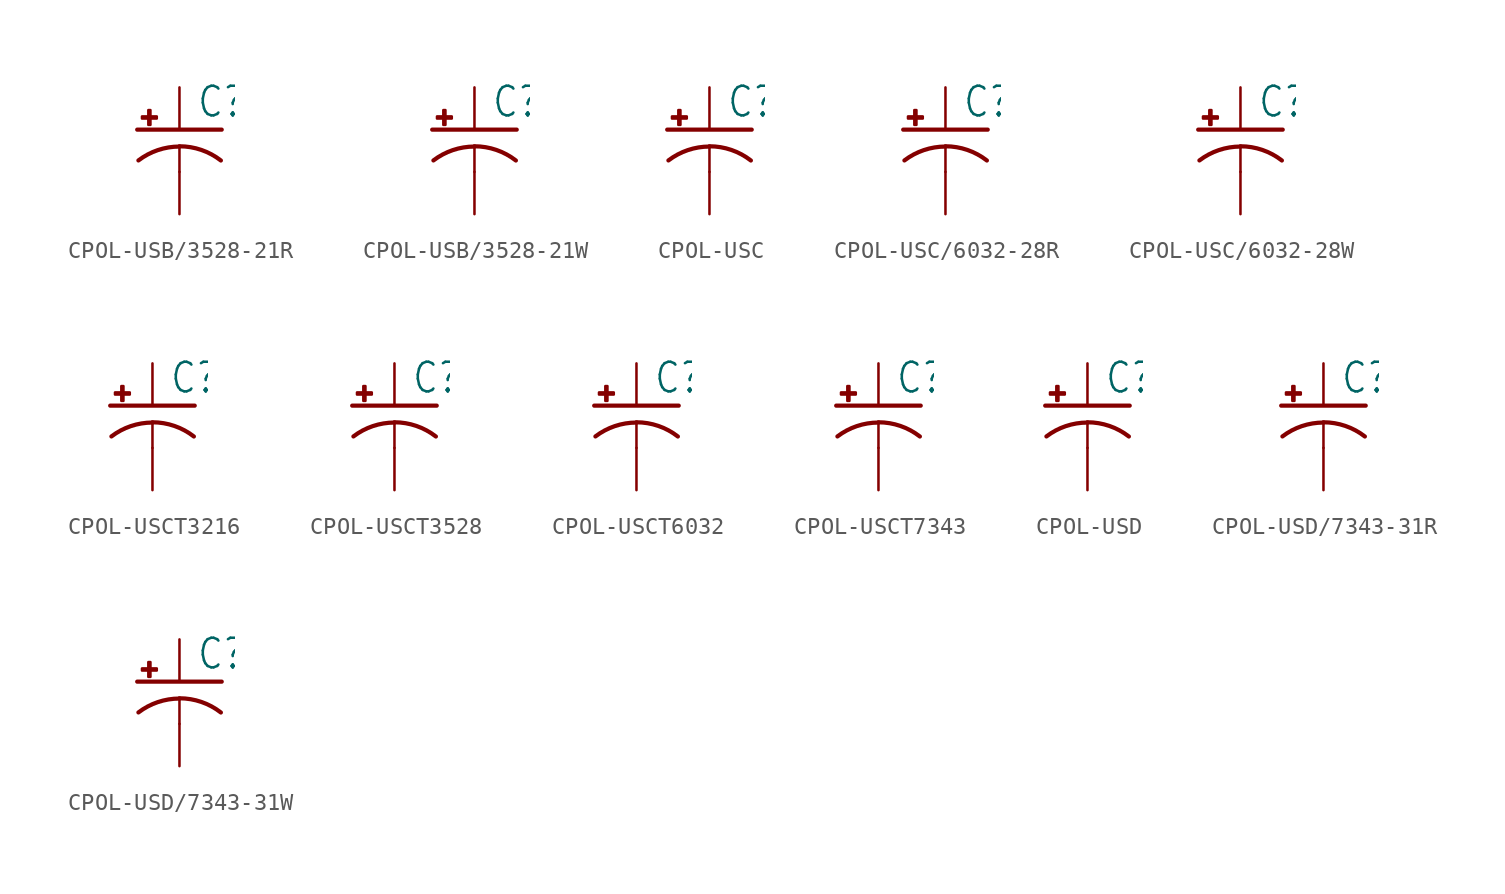
<source format=kicad_sym>
(kicad_symbol_lib
  (version 20231120)
  (generator "kicad_symbol_editor")
  (generator_version "8.0")
  (symbol "CPOL-USB/3528-21R"
    (property "Reference" "C"
      (at 1.016 0.635 0)
      (effects (font (size 1.778 1.511)) (justify left bottom)))
    (property "Value" ""
      (at 1.016 -4.191 0)
      (effects (font (size 1.778 1.511)) (justify left bottom)))
    (property "ki_locked" ""
      (at 0 0 0)
      (effects (font (size 1.27 1.27))))
    (symbol "CPOL-USB/3528-21R_1_0"
      (rectangle (start -2.253 0.668) (end -1.364 0.795) (stroke (width 0) (type default)) (fill (type outline)))
      (rectangle (start -1.872 0.287) (end -1.745 1.176) (stroke (width 0) (type default)) (fill (type outline)))
      (arc (start 0 -1.0161) (mid -1.3021 -1.2303) (end -2.4669 -1.8504) (stroke (width 0.254) (type solid)) (fill (type none)))
      (polyline (pts (xy -2.54 0) (xy 2.54 0)) (stroke (width 0.254) (type solid)) (fill (type none)))
      (polyline (pts (xy 0 -1.016) (xy 0 -2.54)) (stroke (width 0.152) (type solid)) (fill (type none)))
      (arc (start 2.4892 -1.8541) (mid 1.3158 -1.2194) (end 0 -1) (stroke (width 0.254) (type solid)) (fill (type none)))
      (pin passive line (at 0 2.54 270) (length 2.54) (name "+" (effects (font (size 0 0)))) (number "+" (effects (font (size 0 0)))))
      (pin passive line (at 0 -5.08 90) (length 2.54) (name "-" (effects (font (size 0 0)))) (number "-" (effects (font (size 0 0)))))))
  (symbol "CPOL-USB/3528-21W"
    (property "Reference" "C"
      (at 1.016 0.635 0)
      (effects (font (size 1.778 1.511)) (justify left bottom)))
    (property "Value" ""
      (at 1.016 -4.191 0)
      (effects (font (size 1.778 1.511)) (justify left bottom)))
    (property "ki_locked" ""
      (at 0 0 0)
      (effects (font (size 1.27 1.27))))
    (symbol "CPOL-USB/3528-21W_1_0"
      (rectangle (start -2.253 0.668) (end -1.364 0.795) (stroke (width 0) (type default)) (fill (type outline)))
      (rectangle (start -1.872 0.287) (end -1.745 1.176) (stroke (width 0) (type default)) (fill (type outline)))
      (arc (start 0 -1.0161) (mid -1.3021 -1.2303) (end -2.4669 -1.8504) (stroke (width 0.254) (type solid)) (fill (type none)))
      (polyline (pts (xy -2.54 0) (xy 2.54 0)) (stroke (width 0.254) (type solid)) (fill (type none)))
      (polyline (pts (xy 0 -1.016) (xy 0 -2.54)) (stroke (width 0.152) (type solid)) (fill (type none)))
      (arc (start 2.4892 -1.8541) (mid 1.3158 -1.2194) (end 0 -1) (stroke (width 0.254) (type solid)) (fill (type none)))
      (pin passive line (at 0 2.54 270) (length 2.54) (name "+" (effects (font (size 0 0)))) (number "+" (effects (font (size 0 0)))))
      (pin passive line (at 0 -5.08 90) (length 2.54) (name "-" (effects (font (size 0 0)))) (number "-" (effects (font (size 0 0)))))))
  (symbol "CPOL-USC"
    (property "Reference" "C"
      (at 1.016 0.635 0)
      (effects (font (size 1.778 1.511)) (justify left bottom)))
    (property "Value" ""
      (at 1.016 -4.191 0)
      (effects (font (size 1.778 1.511)) (justify left bottom)))
    (property "ki_locked" ""
      (at 0 0 0)
      (effects (font (size 1.27 1.27))))
    (symbol "CPOL-USC_1_0"
      (rectangle (start -2.253 0.668) (end -1.364 0.795) (stroke (width 0) (type default)) (fill (type outline)))
      (rectangle (start -1.872 0.287) (end -1.745 1.176) (stroke (width 0) (type default)) (fill (type outline)))
      (arc (start 0 -1.0161) (mid -1.3021 -1.2303) (end -2.4669 -1.8504) (stroke (width 0.254) (type solid)) (fill (type none)))
      (polyline (pts (xy -2.54 0) (xy 2.54 0)) (stroke (width 0.254) (type solid)) (fill (type none)))
      (polyline (pts (xy 0 -1.016) (xy 0 -2.54)) (stroke (width 0.152) (type solid)) (fill (type none)))
      (arc (start 2.4892 -1.8541) (mid 1.3158 -1.2194) (end 0 -1) (stroke (width 0.254) (type solid)) (fill (type none)))
      (pin passive line (at 0 2.54 270) (length 2.54) (name "+" (effects (font (size 0 0)))) (number "+" (effects (font (size 0 0)))))
      (pin passive line (at 0 -5.08 90) (length 2.54) (name "-" (effects (font (size 0 0)))) (number "-" (effects (font (size 0 0)))))))
  (symbol "CPOL-USC/6032-28R"
    (property "Reference" "C"
      (at 1.016 0.635 0)
      (effects (font (size 1.778 1.511)) (justify left bottom)))
    (property "Value" ""
      (at 1.016 -4.191 0)
      (effects (font (size 1.778 1.511)) (justify left bottom)))
    (property "ki_locked" ""
      (at 0 0 0)
      (effects (font (size 1.27 1.27))))
    (symbol "CPOL-USC/6032-28R_1_0"
      (rectangle (start -2.253 0.668) (end -1.364 0.795) (stroke (width 0) (type default)) (fill (type outline)))
      (rectangle (start -1.872 0.287) (end -1.745 1.176) (stroke (width 0) (type default)) (fill (type outline)))
      (arc (start 0 -1.0161) (mid -1.3021 -1.2303) (end -2.4669 -1.8504) (stroke (width 0.254) (type solid)) (fill (type none)))
      (polyline (pts (xy -2.54 0) (xy 2.54 0)) (stroke (width 0.254) (type solid)) (fill (type none)))
      (polyline (pts (xy 0 -1.016) (xy 0 -2.54)) (stroke (width 0.152) (type solid)) (fill (type none)))
      (arc (start 2.4892 -1.8541) (mid 1.3158 -1.2194) (end 0 -1) (stroke (width 0.254) (type solid)) (fill (type none)))
      (pin passive line (at 0 2.54 270) (length 2.54) (name "+" (effects (font (size 0 0)))) (number "+" (effects (font (size 0 0)))))
      (pin passive line (at 0 -5.08 90) (length 2.54) (name "-" (effects (font (size 0 0)))) (number "-" (effects (font (size 0 0)))))))
  (symbol "CPOL-USC/6032-28W"
    (property "Reference" "C"
      (at 1.016 0.635 0)
      (effects (font (size 1.778 1.511)) (justify left bottom)))
    (property "Value" ""
      (at 1.016 -4.191 0)
      (effects (font (size 1.778 1.511)) (justify left bottom)))
    (property "ki_locked" ""
      (at 0 0 0)
      (effects (font (size 1.27 1.27))))
    (symbol "CPOL-USC/6032-28W_1_0"
      (rectangle (start -2.253 0.668) (end -1.364 0.795) (stroke (width 0) (type default)) (fill (type outline)))
      (rectangle (start -1.872 0.287) (end -1.745 1.176) (stroke (width 0) (type default)) (fill (type outline)))
      (arc (start 0 -1.0161) (mid -1.3021 -1.2303) (end -2.4669 -1.8504) (stroke (width 0.254) (type solid)) (fill (type none)))
      (polyline (pts (xy -2.54 0) (xy 2.54 0)) (stroke (width 0.254) (type solid)) (fill (type none)))
      (polyline (pts (xy 0 -1.016) (xy 0 -2.54)) (stroke (width 0.152) (type solid)) (fill (type none)))
      (arc (start 2.4892 -1.8541) (mid 1.3158 -1.2194) (end 0 -1) (stroke (width 0.254) (type solid)) (fill (type none)))
      (pin passive line (at 0 2.54 270) (length 2.54) (name "+" (effects (font (size 0 0)))) (number "+" (effects (font (size 0 0)))))
      (pin passive line (at 0 -5.08 90) (length 2.54) (name "-" (effects (font (size 0 0)))) (number "-" (effects (font (size 0 0)))))))
  (symbol "CPOL-USCT3216"
    (property "Reference" "C"
      (at 1.016 0.635 0)
      (effects (font (size 1.778 1.511)) (justify left bottom)))
    (property "Value" ""
      (at 1.016 -4.191 0)
      (effects (font (size 1.778 1.511)) (justify left bottom)))
    (property "ki_locked" ""
      (at 0 0 0)
      (effects (font (size 1.27 1.27))))
    (symbol "CPOL-USCT3216_1_0"
      (rectangle (start -2.253 0.668) (end -1.364 0.795) (stroke (width 0) (type default)) (fill (type outline)))
      (rectangle (start -1.872 0.287) (end -1.745 1.176) (stroke (width 0) (type default)) (fill (type outline)))
      (arc (start 0 -1.0161) (mid -1.3021 -1.2303) (end -2.4669 -1.8504) (stroke (width 0.254) (type solid)) (fill (type none)))
      (polyline (pts (xy -2.54 0) (xy 2.54 0)) (stroke (width 0.254) (type solid)) (fill (type none)))
      (polyline (pts (xy 0 -1.016) (xy 0 -2.54)) (stroke (width 0.152) (type solid)) (fill (type none)))
      (arc (start 2.4892 -1.8541) (mid 1.3158 -1.2194) (end 0 -1) (stroke (width 0.254) (type solid)) (fill (type none)))
      (pin passive line (at 0 2.54 270) (length 2.54) (name "+" (effects (font (size 0 0)))) (number "+" (effects (font (size 0 0)))))
      (pin passive line (at 0 -5.08 90) (length 2.54) (name "-" (effects (font (size 0 0)))) (number "-" (effects (font (size 0 0)))))))
  (symbol "CPOL-USCT3528"
    (property "Reference" "C"
      (at 1.016 0.635 0)
      (effects (font (size 1.778 1.511)) (justify left bottom)))
    (property "Value" ""
      (at 1.016 -4.191 0)
      (effects (font (size 1.778 1.511)) (justify left bottom)))
    (property "ki_locked" ""
      (at 0 0 0)
      (effects (font (size 1.27 1.27))))
    (symbol "CPOL-USCT3528_1_0"
      (rectangle (start -2.253 0.668) (end -1.364 0.795) (stroke (width 0) (type default)) (fill (type outline)))
      (rectangle (start -1.872 0.287) (end -1.745 1.176) (stroke (width 0) (type default)) (fill (type outline)))
      (arc (start 0 -1.0161) (mid -1.3021 -1.2303) (end -2.4669 -1.8504) (stroke (width 0.254) (type solid)) (fill (type none)))
      (polyline (pts (xy -2.54 0) (xy 2.54 0)) (stroke (width 0.254) (type solid)) (fill (type none)))
      (polyline (pts (xy 0 -1.016) (xy 0 -2.54)) (stroke (width 0.152) (type solid)) (fill (type none)))
      (arc (start 2.4892 -1.8541) (mid 1.3158 -1.2194) (end 0 -1) (stroke (width 0.254) (type solid)) (fill (type none)))
      (pin passive line (at 0 2.54 270) (length 2.54) (name "+" (effects (font (size 0 0)))) (number "+" (effects (font (size 0 0)))))
      (pin passive line (at 0 -5.08 90) (length 2.54) (name "-" (effects (font (size 0 0)))) (number "-" (effects (font (size 0 0)))))))
  (symbol "CPOL-USCT6032"
    (property "Reference" "C"
      (at 1.016 0.635 0)
      (effects (font (size 1.778 1.511)) (justify left bottom)))
    (property "Value" ""
      (at 1.016 -4.191 0)
      (effects (font (size 1.778 1.511)) (justify left bottom)))
    (property "ki_locked" ""
      (at 0 0 0)
      (effects (font (size 1.27 1.27))))
    (symbol "CPOL-USCT6032_1_0"
      (rectangle (start -2.253 0.668) (end -1.364 0.795) (stroke (width 0) (type default)) (fill (type outline)))
      (rectangle (start -1.872 0.287) (end -1.745 1.176) (stroke (width 0) (type default)) (fill (type outline)))
      (arc (start 0 -1.0161) (mid -1.3021 -1.2303) (end -2.4669 -1.8504) (stroke (width 0.254) (type solid)) (fill (type none)))
      (polyline (pts (xy -2.54 0) (xy 2.54 0)) (stroke (width 0.254) (type solid)) (fill (type none)))
      (polyline (pts (xy 0 -1.016) (xy 0 -2.54)) (stroke (width 0.152) (type solid)) (fill (type none)))
      (arc (start 2.4892 -1.8541) (mid 1.3158 -1.2194) (end 0 -1) (stroke (width 0.254) (type solid)) (fill (type none)))
      (pin passive line (at 0 2.54 270) (length 2.54) (name "+" (effects (font (size 0 0)))) (number "+" (effects (font (size 0 0)))))
      (pin passive line (at 0 -5.08 90) (length 2.54) (name "-" (effects (font (size 0 0)))) (number "-" (effects (font (size 0 0)))))))
  (symbol "CPOL-USCT7343"
    (property "Reference" "C"
      (at 1.016 0.635 0)
      (effects (font (size 1.778 1.511)) (justify left bottom)))
    (property "Value" ""
      (at 1.016 -4.191 0)
      (effects (font (size 1.778 1.511)) (justify left bottom)))
    (property "ki_locked" ""
      (at 0 0 0)
      (effects (font (size 1.27 1.27))))
    (symbol "CPOL-USCT7343_1_0"
      (rectangle (start -2.253 0.668) (end -1.364 0.795) (stroke (width 0) (type default)) (fill (type outline)))
      (rectangle (start -1.872 0.287) (end -1.745 1.176) (stroke (width 0) (type default)) (fill (type outline)))
      (arc (start 0 -1.0161) (mid -1.3021 -1.2303) (end -2.4669 -1.8504) (stroke (width 0.254) (type solid)) (fill (type none)))
      (polyline (pts (xy -2.54 0) (xy 2.54 0)) (stroke (width 0.254) (type solid)) (fill (type none)))
      (polyline (pts (xy 0 -1.016) (xy 0 -2.54)) (stroke (width 0.152) (type solid)) (fill (type none)))
      (arc (start 2.4892 -1.8541) (mid 1.3158 -1.2194) (end 0 -1) (stroke (width 0.254) (type solid)) (fill (type none)))
      (pin passive line (at 0 2.54 270) (length 2.54) (name "+" (effects (font (size 0 0)))) (number "+" (effects (font (size 0 0)))))
      (pin passive line (at 0 -5.08 90) (length 2.54) (name "-" (effects (font (size 0 0)))) (number "-" (effects (font (size 0 0)))))))
  (symbol "CPOL-USD"
    (property "Reference" "C"
      (at 1.016 0.635 0)
      (effects (font (size 1.778 1.511)) (justify left bottom)))
    (property "Value" ""
      (at 1.016 -4.191 0)
      (effects (font (size 1.778 1.511)) (justify left bottom)))
    (property "ki_locked" ""
      (at 0 0 0)
      (effects (font (size 1.27 1.27))))
    (symbol "CPOL-USD_1_0"
      (rectangle (start -2.253 0.668) (end -1.364 0.795) (stroke (width 0) (type default)) (fill (type outline)))
      (rectangle (start -1.872 0.287) (end -1.745 1.176) (stroke (width 0) (type default)) (fill (type outline)))
      (arc (start 0 -1.0161) (mid -1.3021 -1.2303) (end -2.4669 -1.8504) (stroke (width 0.254) (type solid)) (fill (type none)))
      (polyline (pts (xy -2.54 0) (xy 2.54 0)) (stroke (width 0.254) (type solid)) (fill (type none)))
      (polyline (pts (xy 0 -1.016) (xy 0 -2.54)) (stroke (width 0.152) (type solid)) (fill (type none)))
      (arc (start 2.4892 -1.8541) (mid 1.3158 -1.2194) (end 0 -1) (stroke (width 0.254) (type solid)) (fill (type none)))
      (pin passive line (at 0 2.54 270) (length 2.54) (name "+" (effects (font (size 0 0)))) (number "+" (effects (font (size 0 0)))))
      (pin passive line (at 0 -5.08 90) (length 2.54) (name "-" (effects (font (size 0 0)))) (number "-" (effects (font (size 0 0)))))))
  (symbol "CPOL-USD/7343-31R"
    (property "Reference" "C"
      (at 1.016 0.635 0)
      (effects (font (size 1.778 1.511)) (justify left bottom)))
    (property "Value" ""
      (at 1.016 -4.191 0)
      (effects (font (size 1.778 1.511)) (justify left bottom)))
    (property "ki_locked" ""
      (at 0 0 0)
      (effects (font (size 1.27 1.27))))
    (symbol "CPOL-USD/7343-31R_1_0"
      (rectangle (start -2.253 0.668) (end -1.364 0.795) (stroke (width 0) (type default)) (fill (type outline)))
      (rectangle (start -1.872 0.287) (end -1.745 1.176) (stroke (width 0) (type default)) (fill (type outline)))
      (arc (start 0 -1.0161) (mid -1.3021 -1.2303) (end -2.4669 -1.8504) (stroke (width 0.254) (type solid)) (fill (type none)))
      (polyline (pts (xy -2.54 0) (xy 2.54 0)) (stroke (width 0.254) (type solid)) (fill (type none)))
      (polyline (pts (xy 0 -1.016) (xy 0 -2.54)) (stroke (width 0.152) (type solid)) (fill (type none)))
      (arc (start 2.4892 -1.8541) (mid 1.3158 -1.2194) (end 0 -1) (stroke (width 0.254) (type solid)) (fill (type none)))
      (pin passive line (at 0 2.54 270) (length 2.54) (name "+" (effects (font (size 0 0)))) (number "+" (effects (font (size 0 0)))))
      (pin passive line (at 0 -5.08 90) (length 2.54) (name "-" (effects (font (size 0 0)))) (number "-" (effects (font (size 0 0)))))))
  (symbol "CPOL-USD/7343-31W"
    (property "Reference" "C"
      (at 1.016 0.635 0)
      (effects (font (size 1.778 1.511)) (justify left bottom)))
    (property "Value" ""
      (at 1.016 -4.191 0)
      (effects (font (size 1.778 1.511)) (justify left bottom)))
    (property "ki_locked" ""
      (at 0 0 0)
      (effects (font (size 1.27 1.27))))
    (symbol "CPOL-USD/7343-31W_1_0"
      (rectangle (start -2.253 0.668) (end -1.364 0.795) (stroke (width 0) (type default)) (fill (type outline)))
      (rectangle (start -1.872 0.287) (end -1.745 1.176) (stroke (width 0) (type default)) (fill (type outline)))
      (arc (start 0 -1.0161) (mid -1.3021 -1.2303) (end -2.4669 -1.8504) (stroke (width 0.254) (type solid)) (fill (type none)))
      (polyline (pts (xy -2.54 0) (xy 2.54 0)) (stroke (width 0.254) (type solid)) (fill (type none)))
      (polyline (pts (xy 0 -1.016) (xy 0 -2.54)) (stroke (width 0.152) (type solid)) (fill (type none)))
      (arc (start 2.4892 -1.8541) (mid 1.3158 -1.2194) (end 0 -1) (stroke (width 0.254) (type solid)) (fill (type none)))
      (pin passive line (at 0 2.54 270) (length 2.54) (name "+" (effects (font (size 0 0)))) (number "+" (effects (font (size 0 0)))))
      (pin passive line (at 0 -5.08 90) (length 2.54) (name "-" (effects (font (size 0 0)))) (number "-" (effects (font (size 0 0))))))))
</source>
